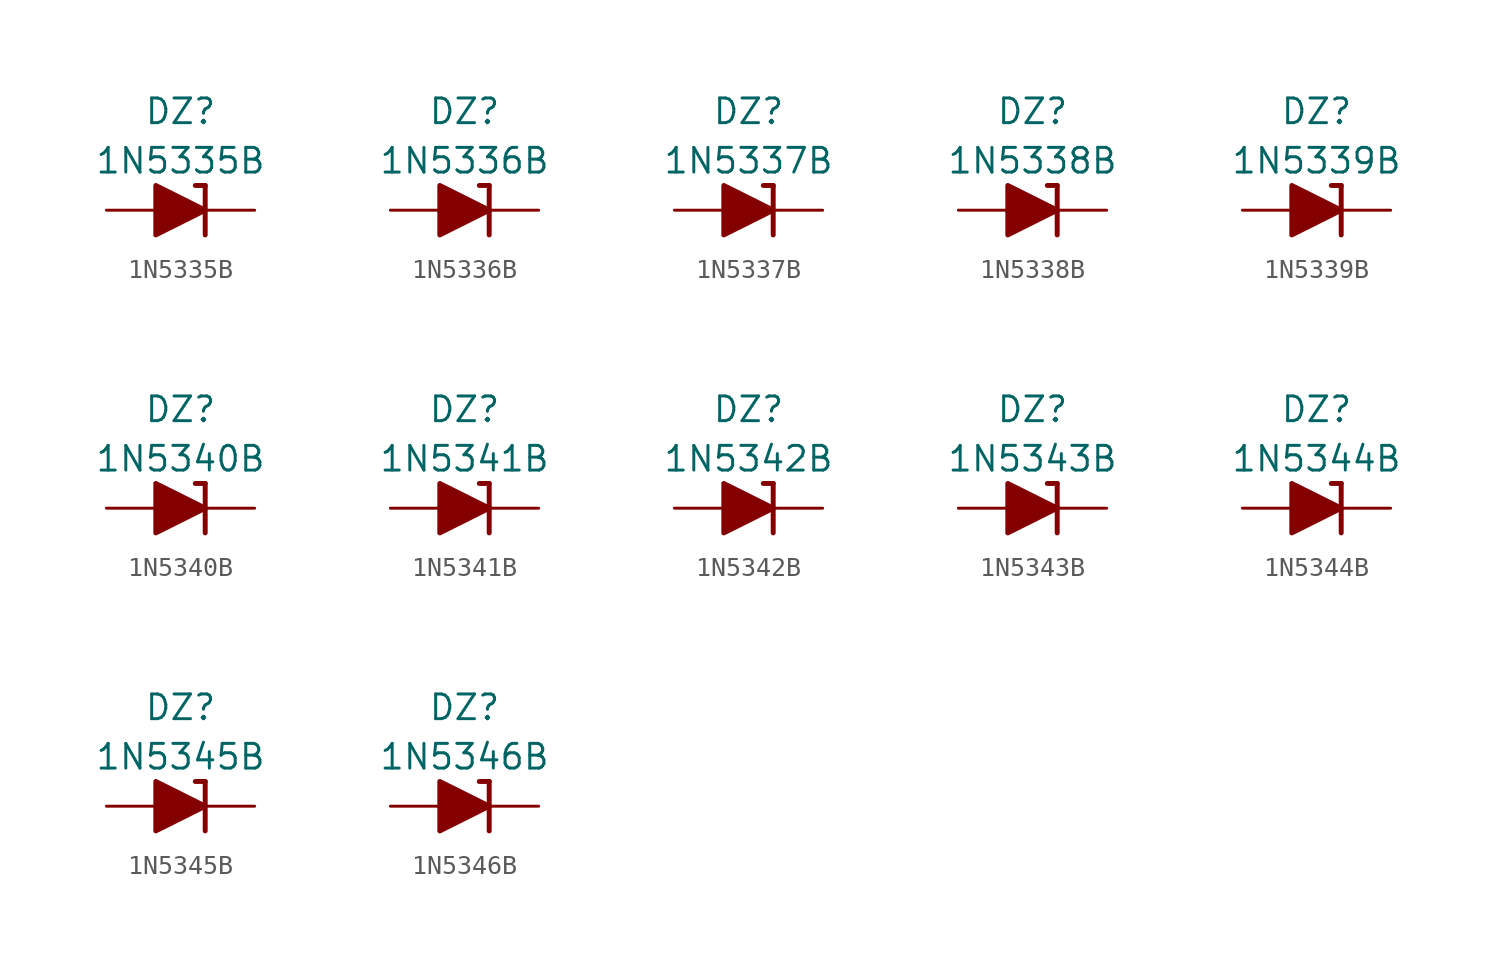
<source format=kicad_sym>
(kicad_symbol_lib
  (version 20211014)
  (generator kicad_symbol_editor)
  (symbol "1N5335B"
    (pin_numbers hide)
    (pin_names
      (offset 1.016) hide)
    (property "Reference" "DZ"
      (at 0 5.08 0)
      (effects (font (size 1.27 1.27))))
    (property "Value" "1N5335B"
      (at 0 2.54 0)
      (effects (font (size 1.27 1.27))))
    (symbol "1N5335B_0_1"
      (polyline (pts (xy -1.27 0) (xy 1.27 0)) (stroke (width 0) (type default) (color 0 0 0 0)) (fill (type none)))
      (polyline (pts (xy 1.27 1.27) (xy 0.762 1.27)) (stroke (width 0.254) (type default) (color 0 0 0 0)) (fill (type none)))
      (polyline (pts (xy 1.27 1.27) (xy 1.27 -1.27)) (stroke (width 0.254) (type default) (color 0 0 0 0)) (fill (type none)))
      (polyline (pts (xy -1.27 -1.27) (xy -1.27 1.27) (xy 1.27 0) (xy -1.27 -1.27)) (stroke (width 0.254) (type default) (color 0 0 0 0)) (fill (type outline))))
    (symbol "1N5335B_1_1"
      (pin passive line (at 3.81 0 180) (length 2.54) (name "K" (effects (font (size 1.27 1.27)))) (number "1" (effects (font (size 1.27 1.27)))))
      (pin passive line (at -3.81 0 0) (length 2.54) (name "A" (effects (font (size 1.27 1.27)))) (number "2" (effects (font (size 1.27 1.27)))))))
  (symbol "1N5336B"
    (pin_numbers hide)
    (pin_names
      (offset 1.016) hide)
    (property "Reference" "DZ"
      (at 0 5.08 0)
      (effects (font (size 1.27 1.27))))
    (property "Value" "1N5336B"
      (at 0 2.54 0)
      (effects (font (size 1.27 1.27))))
    (symbol "1N5336B_0_1"
      (polyline (pts (xy -1.27 0) (xy 1.27 0)) (stroke (width 0) (type default) (color 0 0 0 0)) (fill (type none)))
      (polyline (pts (xy 1.27 1.27) (xy 0.762 1.27)) (stroke (width 0.254) (type default) (color 0 0 0 0)) (fill (type none)))
      (polyline (pts (xy 1.27 1.27) (xy 1.27 -1.27)) (stroke (width 0.254) (type default) (color 0 0 0 0)) (fill (type none)))
      (polyline (pts (xy -1.27 -1.27) (xy -1.27 1.27) (xy 1.27 0) (xy -1.27 -1.27)) (stroke (width 0.254) (type default) (color 0 0 0 0)) (fill (type outline))))
    (symbol "1N5336B_1_1"
      (pin passive line (at 3.81 0 180) (length 2.54) (name "K" (effects (font (size 1.27 1.27)))) (number "1" (effects (font (size 1.27 1.27)))))
      (pin passive line (at -3.81 0 0) (length 2.54) (name "A" (effects (font (size 1.27 1.27)))) (number "2" (effects (font (size 1.27 1.27)))))))
  (symbol "1N5337B"
    (pin_numbers hide)
    (pin_names
      (offset 1.016) hide)
    (property "Reference" "DZ"
      (at 0 5.08 0)
      (effects (font (size 1.27 1.27))))
    (property "Value" "1N5337B"
      (at 0 2.54 0)
      (effects (font (size 1.27 1.27))))
    (symbol "1N5337B_0_1"
      (polyline (pts (xy -1.27 0) (xy 1.27 0)) (stroke (width 0) (type default) (color 0 0 0 0)) (fill (type none)))
      (polyline (pts (xy 1.27 1.27) (xy 0.762 1.27)) (stroke (width 0.254) (type default) (color 0 0 0 0)) (fill (type none)))
      (polyline (pts (xy 1.27 1.27) (xy 1.27 -1.27)) (stroke (width 0.254) (type default) (color 0 0 0 0)) (fill (type none)))
      (polyline (pts (xy -1.27 -1.27) (xy -1.27 1.27) (xy 1.27 0) (xy -1.27 -1.27)) (stroke (width 0.254) (type default) (color 0 0 0 0)) (fill (type outline))))
    (symbol "1N5337B_1_1"
      (pin passive line (at 3.81 0 180) (length 2.54) (name "K" (effects (font (size 1.27 1.27)))) (number "1" (effects (font (size 1.27 1.27)))))
      (pin passive line (at -3.81 0 0) (length 2.54) (name "A" (effects (font (size 1.27 1.27)))) (number "2" (effects (font (size 1.27 1.27)))))))
  (symbol "1N5338B"
    (pin_numbers hide)
    (pin_names
      (offset 1.016) hide)
    (property "Reference" "DZ"
      (at 0 5.08 0)
      (effects (font (size 1.27 1.27))))
    (property "Value" "1N5338B"
      (at 0 2.54 0)
      (effects (font (size 1.27 1.27))))
    (symbol "1N5338B_0_1"
      (polyline (pts (xy -1.27 0) (xy 1.27 0)) (stroke (width 0) (type default) (color 0 0 0 0)) (fill (type none)))
      (polyline (pts (xy 1.27 1.27) (xy 0.762 1.27)) (stroke (width 0.254) (type default) (color 0 0 0 0)) (fill (type none)))
      (polyline (pts (xy 1.27 1.27) (xy 1.27 -1.27)) (stroke (width 0.254) (type default) (color 0 0 0 0)) (fill (type none)))
      (polyline (pts (xy -1.27 -1.27) (xy -1.27 1.27) (xy 1.27 0) (xy -1.27 -1.27)) (stroke (width 0.254) (type default) (color 0 0 0 0)) (fill (type outline))))
    (symbol "1N5338B_1_1"
      (pin passive line (at 3.81 0 180) (length 2.54) (name "K" (effects (font (size 1.27 1.27)))) (number "1" (effects (font (size 1.27 1.27)))))
      (pin passive line (at -3.81 0 0) (length 2.54) (name "A" (effects (font (size 1.27 1.27)))) (number "2" (effects (font (size 1.27 1.27)))))))
  (symbol "1N5339B"
    (pin_numbers hide)
    (pin_names
      (offset 1.016) hide)
    (property "Reference" "DZ"
      (at 0 5.08 0)
      (effects (font (size 1.27 1.27))))
    (property "Value" "1N5339B"
      (at 0 2.54 0)
      (effects (font (size 1.27 1.27))))
    (symbol "1N5339B_0_1"
      (polyline (pts (xy -1.27 0) (xy 1.27 0)) (stroke (width 0) (type default) (color 0 0 0 0)) (fill (type none)))
      (polyline (pts (xy 1.27 1.27) (xy 0.762 1.27)) (stroke (width 0.254) (type default) (color 0 0 0 0)) (fill (type none)))
      (polyline (pts (xy 1.27 1.27) (xy 1.27 -1.27)) (stroke (width 0.254) (type default) (color 0 0 0 0)) (fill (type none)))
      (polyline (pts (xy -1.27 -1.27) (xy -1.27 1.27) (xy 1.27 0) (xy -1.27 -1.27)) (stroke (width 0.254) (type default) (color 0 0 0 0)) (fill (type outline))))
    (symbol "1N5339B_1_1"
      (pin passive line (at 3.81 0 180) (length 2.54) (name "K" (effects (font (size 1.27 1.27)))) (number "1" (effects (font (size 1.27 1.27)))))
      (pin passive line (at -3.81 0 0) (length 2.54) (name "A" (effects (font (size 1.27 1.27)))) (number "2" (effects (font (size 1.27 1.27)))))))
  (symbol "1N5340B"
    (pin_numbers hide)
    (pin_names
      (offset 1.016) hide)
    (property "Reference" "DZ"
      (at 0 5.08 0)
      (effects (font (size 1.27 1.27))))
    (property "Value" "1N5340B"
      (at 0 2.54 0)
      (effects (font (size 1.27 1.27))))
    (symbol "1N5340B_0_1"
      (polyline (pts (xy -1.27 0) (xy 1.27 0)) (stroke (width 0) (type default) (color 0 0 0 0)) (fill (type none)))
      (polyline (pts (xy 1.27 1.27) (xy 0.762 1.27)) (stroke (width 0.254) (type default) (color 0 0 0 0)) (fill (type none)))
      (polyline (pts (xy 1.27 1.27) (xy 1.27 -1.27)) (stroke (width 0.254) (type default) (color 0 0 0 0)) (fill (type none)))
      (polyline (pts (xy -1.27 -1.27) (xy -1.27 1.27) (xy 1.27 0) (xy -1.27 -1.27)) (stroke (width 0.254) (type default) (color 0 0 0 0)) (fill (type outline))))
    (symbol "1N5340B_1_1"
      (pin passive line (at 3.81 0 180) (length 2.54) (name "K" (effects (font (size 1.27 1.27)))) (number "1" (effects (font (size 1.27 1.27)))))
      (pin passive line (at -3.81 0 0) (length 2.54) (name "A" (effects (font (size 1.27 1.27)))) (number "2" (effects (font (size 1.27 1.27)))))))
  (symbol "1N5341B"
    (pin_numbers hide)
    (pin_names
      (offset 1.016) hide)
    (property "Reference" "DZ"
      (at 0 5.08 0)
      (effects (font (size 1.27 1.27))))
    (property "Value" "1N5341B"
      (at 0 2.54 0)
      (effects (font (size 1.27 1.27))))
    (symbol "1N5341B_0_1"
      (polyline (pts (xy -1.27 0) (xy 1.27 0)) (stroke (width 0) (type default) (color 0 0 0 0)) (fill (type none)))
      (polyline (pts (xy 1.27 1.27) (xy 0.762 1.27)) (stroke (width 0.254) (type default) (color 0 0 0 0)) (fill (type none)))
      (polyline (pts (xy 1.27 1.27) (xy 1.27 -1.27)) (stroke (width 0.254) (type default) (color 0 0 0 0)) (fill (type none)))
      (polyline (pts (xy -1.27 -1.27) (xy -1.27 1.27) (xy 1.27 0) (xy -1.27 -1.27)) (stroke (width 0.254) (type default) (color 0 0 0 0)) (fill (type outline))))
    (symbol "1N5341B_1_1"
      (pin passive line (at 3.81 0 180) (length 2.54) (name "K" (effects (font (size 1.27 1.27)))) (number "1" (effects (font (size 1.27 1.27)))))
      (pin passive line (at -3.81 0 0) (length 2.54) (name "A" (effects (font (size 1.27 1.27)))) (number "2" (effects (font (size 1.27 1.27)))))))
  (symbol "1N5342B"
    (pin_numbers hide)
    (pin_names
      (offset 1.016) hide)
    (property "Reference" "DZ"
      (at 0 5.08 0)
      (effects (font (size 1.27 1.27))))
    (property "Value" "1N5342B"
      (at 0 2.54 0)
      (effects (font (size 1.27 1.27))))
    (symbol "1N5342B_0_1"
      (polyline (pts (xy -1.27 0) (xy 1.27 0)) (stroke (width 0) (type default) (color 0 0 0 0)) (fill (type none)))
      (polyline (pts (xy 1.27 1.27) (xy 0.762 1.27)) (stroke (width 0.254) (type default) (color 0 0 0 0)) (fill (type none)))
      (polyline (pts (xy 1.27 1.27) (xy 1.27 -1.27)) (stroke (width 0.254) (type default) (color 0 0 0 0)) (fill (type none)))
      (polyline (pts (xy -1.27 -1.27) (xy -1.27 1.27) (xy 1.27 0) (xy -1.27 -1.27)) (stroke (width 0.254) (type default) (color 0 0 0 0)) (fill (type outline))))
    (symbol "1N5342B_1_1"
      (pin passive line (at 3.81 0 180) (length 2.54) (name "K" (effects (font (size 1.27 1.27)))) (number "1" (effects (font (size 1.27 1.27)))))
      (pin passive line (at -3.81 0 0) (length 2.54) (name "A" (effects (font (size 1.27 1.27)))) (number "2" (effects (font (size 1.27 1.27)))))))
  (symbol "1N5343B"
    (pin_numbers hide)
    (pin_names
      (offset 1.016) hide)
    (property "Reference" "DZ"
      (at 0 5.08 0)
      (effects (font (size 1.27 1.27))))
    (property "Value" "1N5343B"
      (at 0 2.54 0)
      (effects (font (size 1.27 1.27))))
    (symbol "1N5343B_0_1"
      (polyline (pts (xy -1.27 0) (xy 1.27 0)) (stroke (width 0) (type default) (color 0 0 0 0)) (fill (type none)))
      (polyline (pts (xy 1.27 1.27) (xy 0.762 1.27)) (stroke (width 0.254) (type default) (color 0 0 0 0)) (fill (type none)))
      (polyline (pts (xy 1.27 1.27) (xy 1.27 -1.27)) (stroke (width 0.254) (type default) (color 0 0 0 0)) (fill (type none)))
      (polyline (pts (xy -1.27 -1.27) (xy -1.27 1.27) (xy 1.27 0) (xy -1.27 -1.27)) (stroke (width 0.254) (type default) (color 0 0 0 0)) (fill (type outline))))
    (symbol "1N5343B_1_1"
      (pin passive line (at 3.81 0 180) (length 2.54) (name "K" (effects (font (size 1.27 1.27)))) (number "1" (effects (font (size 1.27 1.27)))))
      (pin passive line (at -3.81 0 0) (length 2.54) (name "A" (effects (font (size 1.27 1.27)))) (number "2" (effects (font (size 1.27 1.27)))))))
  (symbol "1N5344B"
    (pin_numbers hide)
    (pin_names
      (offset 1.016) hide)
    (property "Reference" "DZ"
      (at 0 5.08 0)
      (effects (font (size 1.27 1.27))))
    (property "Value" "1N5344B"
      (at 0 2.54 0)
      (effects (font (size 1.27 1.27))))
    (symbol "1N5344B_0_1"
      (polyline (pts (xy -1.27 0) (xy 1.27 0)) (stroke (width 0) (type default) (color 0 0 0 0)) (fill (type none)))
      (polyline (pts (xy 1.27 1.27) (xy 0.762 1.27)) (stroke (width 0.254) (type default) (color 0 0 0 0)) (fill (type none)))
      (polyline (pts (xy 1.27 1.27) (xy 1.27 -1.27)) (stroke (width 0.254) (type default) (color 0 0 0 0)) (fill (type none)))
      (polyline (pts (xy -1.27 -1.27) (xy -1.27 1.27) (xy 1.27 0) (xy -1.27 -1.27)) (stroke (width 0.254) (type default) (color 0 0 0 0)) (fill (type outline))))
    (symbol "1N5344B_1_1"
      (pin passive line (at 3.81 0 180) (length 2.54) (name "K" (effects (font (size 1.27 1.27)))) (number "1" (effects (font (size 1.27 1.27)))))
      (pin passive line (at -3.81 0 0) (length 2.54) (name "A" (effects (font (size 1.27 1.27)))) (number "2" (effects (font (size 1.27 1.27)))))))
  (symbol "1N5345B"
    (pin_numbers hide)
    (pin_names
      (offset 1.016) hide)
    (property "Reference" "DZ"
      (at 0 5.08 0)
      (effects (font (size 1.27 1.27))))
    (property "Value" "1N5345B"
      (at 0 2.54 0)
      (effects (font (size 1.27 1.27))))
    (symbol "1N5345B_0_1"
      (polyline (pts (xy -1.27 0) (xy 1.27 0)) (stroke (width 0) (type default) (color 0 0 0 0)) (fill (type none)))
      (polyline (pts (xy 1.27 1.27) (xy 0.762 1.27)) (stroke (width 0.254) (type default) (color 0 0 0 0)) (fill (type none)))
      (polyline (pts (xy 1.27 1.27) (xy 1.27 -1.27)) (stroke (width 0.254) (type default) (color 0 0 0 0)) (fill (type none)))
      (polyline (pts (xy -1.27 -1.27) (xy -1.27 1.27) (xy 1.27 0) (xy -1.27 -1.27)) (stroke (width 0.254) (type default) (color 0 0 0 0)) (fill (type outline))))
    (symbol "1N5345B_1_1"
      (pin passive line (at 3.81 0 180) (length 2.54) (name "K" (effects (font (size 1.27 1.27)))) (number "1" (effects (font (size 1.27 1.27)))))
      (pin passive line (at -3.81 0 0) (length 2.54) (name "A" (effects (font (size 1.27 1.27)))) (number "2" (effects (font (size 1.27 1.27)))))))
  (symbol "1N5346B"
    (pin_numbers hide)
    (pin_names
      (offset 1.016) hide)
    (property "Reference" "DZ"
      (at 0 5.08 0)
      (effects (font (size 1.27 1.27))))
    (property "Value" "1N5346B"
      (at 0 2.54 0)
      (effects (font (size 1.27 1.27))))
    (symbol "1N5346B_0_1"
      (polyline (pts (xy -1.27 0) (xy 1.27 0)) (stroke (width 0) (type default) (color 0 0 0 0)) (fill (type none)))
      (polyline (pts (xy 1.27 1.27) (xy 0.762 1.27)) (stroke (width 0.254) (type default) (color 0 0 0 0)) (fill (type none)))
      (polyline (pts (xy 1.27 1.27) (xy 1.27 -1.27)) (stroke (width 0.254) (type default) (color 0 0 0 0)) (fill (type none)))
      (polyline (pts (xy -1.27 -1.27) (xy -1.27 1.27) (xy 1.27 0) (xy -1.27 -1.27)) (stroke (width 0.254) (type default) (color 0 0 0 0)) (fill (type outline))))
    (symbol "1N5346B_1_1"
      (pin passive line (at 3.81 0 180) (length 2.54) (name "K" (effects (font (size 1.27 1.27)))) (number "1" (effects (font (size 1.27 1.27)))))
      (pin passive line (at -3.81 0 0) (length 2.54) (name "A" (effects (font (size 1.27 1.27)))) (number "2" (effects (font (size 1.27 1.27))))))))
</source>
